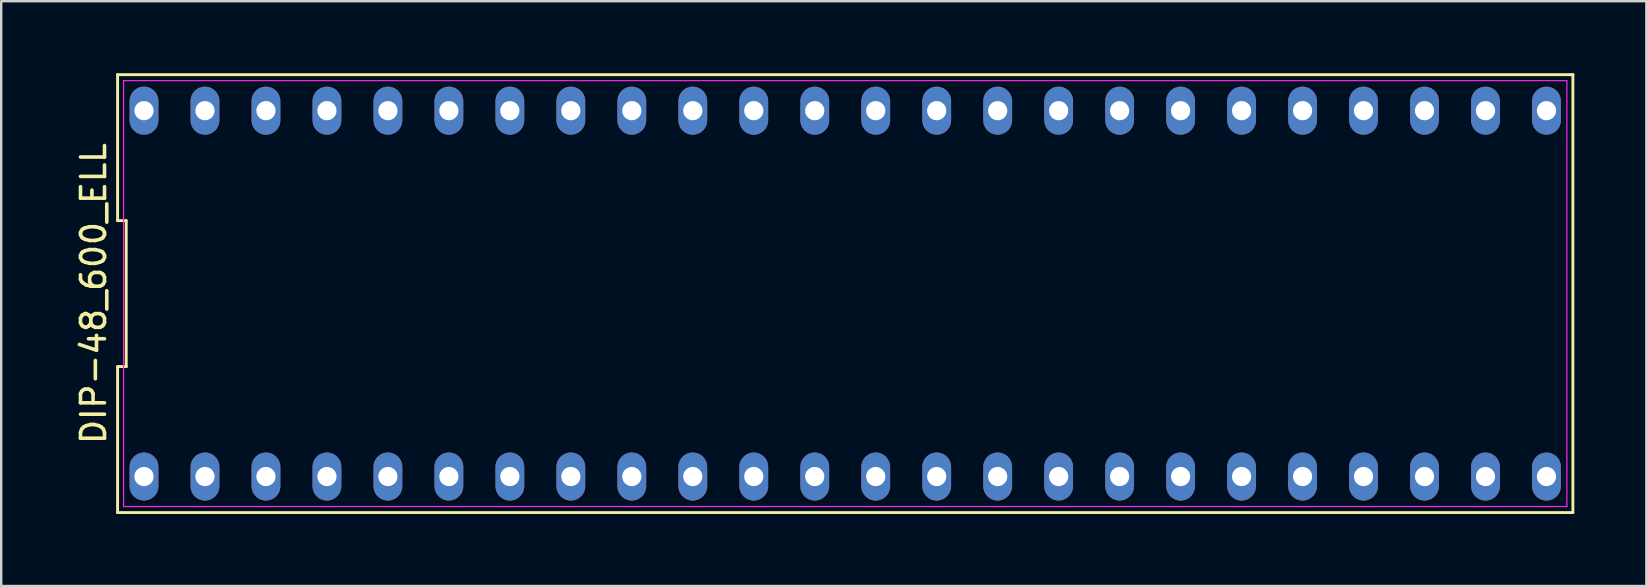
<source format=kicad_pcb>
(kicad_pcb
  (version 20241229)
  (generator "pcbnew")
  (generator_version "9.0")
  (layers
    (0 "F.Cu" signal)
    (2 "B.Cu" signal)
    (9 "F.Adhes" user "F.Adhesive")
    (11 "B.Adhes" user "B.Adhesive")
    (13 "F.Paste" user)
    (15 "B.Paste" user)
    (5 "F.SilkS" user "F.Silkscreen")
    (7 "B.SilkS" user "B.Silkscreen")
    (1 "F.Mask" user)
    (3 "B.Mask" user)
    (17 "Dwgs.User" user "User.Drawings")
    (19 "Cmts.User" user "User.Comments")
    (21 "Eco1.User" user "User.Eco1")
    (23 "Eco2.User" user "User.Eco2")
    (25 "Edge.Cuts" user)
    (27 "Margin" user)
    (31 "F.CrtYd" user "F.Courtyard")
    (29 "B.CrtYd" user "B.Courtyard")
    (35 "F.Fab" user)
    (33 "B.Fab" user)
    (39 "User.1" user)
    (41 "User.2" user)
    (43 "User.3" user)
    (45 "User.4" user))
  (footprint "DIP-48_600_ELL"
    (layer "F.Cu")
    (at 32.158 9.18)
    (property "Reference" "DIP-48_600_ELL" (at -31.31 0 90) (layer "F.SilkS") (effects (font (size 1 1) (thickness 0.15))))
    (attr through_hole)
    (fp_line (start -30.31 -9.12) (end -30.31 -3.04) (stroke (width 0.12) (type solid)) (layer "F.SilkS"))
    (fp_line (start -30.31 -3.04) (end -29.95 -3.04) (stroke (width 0.12) (type solid)) (layer "F.SilkS"))
    (fp_line (start -30.31 3.04) (end -30.31 9.12) (stroke (width 0.12) (type solid)) (layer "F.SilkS"))
    (fp_line (start -30.31 9.12) (end 30.31 9.12) (stroke (width 0.12) (type solid)) (layer "F.SilkS"))
    (fp_line (start -29.95 -3.04) (end -29.95 3.04) (stroke (width 0.12) (type solid)) (layer "F.SilkS"))
    (fp_line (start -29.95 3.04) (end -30.31 3.04) (stroke (width 0.12) (type solid)) (layer "F.SilkS"))
    (fp_line (start 30.31 -9.12) (end -30.31 -9.12) (stroke (width 0.12) (type solid)) (layer "F.SilkS"))
    (fp_line (start 30.31 9.12) (end 30.31 -9.12) (stroke (width 0.12) (type solid)) (layer "F.SilkS"))
    (fp_line (start -30.06 -8.87) (end 30.06 -8.87) (stroke (width 0.05) (type solid)) (layer "F.CrtYd"))
    (fp_line (start -30.06 8.87) (end -30.06 -8.87) (stroke (width 0.05) (type solid)) (layer "F.CrtYd"))
    (fp_line (start 30.06 -8.87) (end 30.06 8.87) (stroke (width 0.05) (type solid)) (layer "F.CrtYd"))
    (fp_line (start 30.06 8.87) (end -30.06 8.87) (stroke (width 0.05) (type solid)) (layer "F.CrtYd"))
    (pad "1" thru_hole oval (at -29.21 7.62) (size 1.2 2) (drill 0.8) (layers "*.Cu" "*.Mask"))
    (pad "2" thru_hole oval (at -26.67 7.62) (size 1.2 2) (drill 0.8) (layers "*.Cu" "*.Mask"))
    (pad "3" thru_hole oval (at -24.13 7.62) (size 1.2 2) (drill 0.8) (layers "*.Cu" "*.Mask"))
    (pad "4" thru_hole oval (at -21.59 7.62) (size 1.2 2) (drill 0.8) (layers "*.Cu" "*.Mask"))
    (pad "5" thru_hole oval (at -19.05 7.62) (size 1.2 2) (drill 0.8) (layers "*.Cu" "*.Mask"))
    (pad "6" thru_hole oval (at -16.51 7.62) (size 1.2 2) (drill 0.8) (layers "*.Cu" "*.Mask"))
    (pad "7" thru_hole oval (at -13.97 7.62) (size 1.2 2) (drill 0.8) (layers "*.Cu" "*.Mask"))
    (pad "8" thru_hole oval (at -11.43 7.62) (size 1.2 2) (drill 0.8) (layers "*.Cu" "*.Mask"))
    (pad "9" thru_hole oval (at -8.89 7.62) (size 1.2 2) (drill 0.8) (layers "*.Cu" "*.Mask"))
    (pad "10" thru_hole oval (at -6.35 7.62) (size 1.2 2) (drill 0.8) (layers "*.Cu" "*.Mask"))
    (pad "11" thru_hole oval (at -3.81 7.62) (size 1.2 2) (drill 0.8) (layers "*.Cu" "*.Mask"))
    (pad "12" thru_hole oval (at -1.27 7.62) (size 1.2 2) (drill 0.8) (layers "*.Cu" "*.Mask"))
    (pad "13" thru_hole oval (at 1.27 7.62) (size 1.2 2) (drill 0.8) (layers "*.Cu" "*.Mask"))
    (pad "14" thru_hole oval (at 3.81 7.62) (size 1.2 2) (drill 0.8) (layers "*.Cu" "*.Mask"))
    (pad "15" thru_hole oval (at 6.35 7.62) (size 1.2 2) (drill 0.8) (layers "*.Cu" "*.Mask"))
    (pad "16" thru_hole oval (at 8.89 7.62) (size 1.2 2) (drill 0.8) (layers "*.Cu" "*.Mask"))
    (pad "17" thru_hole oval (at 11.43 7.62) (size 1.2 2) (drill 0.8) (layers "*.Cu" "*.Mask"))
    (pad "18" thru_hole oval (at 13.97 7.62) (size 1.2 2) (drill 0.8) (layers "*.Cu" "*.Mask"))
    (pad "19" thru_hole oval (at 16.51 7.62) (size 1.2 2) (drill 0.8) (layers "*.Cu" "*.Mask"))
    (pad "20" thru_hole oval (at 19.05 7.62) (size 1.2 2) (drill 0.8) (layers "*.Cu" "*.Mask"))
    (pad "21" thru_hole oval (at 21.59 7.62) (size 1.2 2) (drill 0.8) (layers "*.Cu" "*.Mask"))
    (pad "22" thru_hole oval (at 24.13 7.62) (size 1.2 2) (drill 0.8) (layers "*.Cu" "*.Mask"))
    (pad "23" thru_hole oval (at 26.67 7.62) (size 1.2 2) (drill 0.8) (layers "*.Cu" "*.Mask"))
    (pad "24" thru_hole oval (at 29.21 7.62) (size 1.2 2) (drill 0.8) (layers "*.Cu" "*.Mask"))
    (pad "25" thru_hole oval (at 29.21 -7.62) (size 1.2 2) (drill 0.8) (layers "*.Cu" "*.Mask"))
    (pad "26" thru_hole oval (at 26.67 -7.62) (size 1.2 2) (drill 0.8) (layers "*.Cu" "*.Mask"))
    (pad "27" thru_hole oval (at 24.13 -7.62) (size 1.2 2) (drill 0.8) (layers "*.Cu" "*.Mask"))
    (pad "28" thru_hole oval (at 21.59 -7.62) (size 1.2 2) (drill 0.8) (layers "*.Cu" "*.Mask"))
    (pad "29" thru_hole oval (at 19.05 -7.62) (size 1.2 2) (drill 0.8) (layers "*.Cu" "*.Mask"))
    (pad "30" thru_hole oval (at 16.51 -7.62) (size 1.2 2) (drill 0.8) (layers "*.Cu" "*.Mask"))
    (pad "31" thru_hole oval (at 13.97 -7.62) (size 1.2 2) (drill 0.8) (layers "*.Cu" "*.Mask"))
    (pad "32" thru_hole oval (at 11.43 -7.62) (size 1.2 2) (drill 0.8) (layers "*.Cu" "*.Mask"))
    (pad "33" thru_hole oval (at 8.89 -7.62) (size 1.2 2) (drill 0.8) (layers "*.Cu" "*.Mask"))
    (pad "34" thru_hole oval (at 6.35 -7.62) (size 1.2 2) (drill 0.8) (layers "*.Cu" "*.Mask"))
    (pad "35" thru_hole oval (at 3.81 -7.62) (size 1.2 2) (drill 0.8) (layers "*.Cu" "*.Mask"))
    (pad "36" thru_hole oval (at 1.27 -7.62) (size 1.2 2) (drill 0.8) (layers "*.Cu" "*.Mask"))
    (pad "37" thru_hole oval (at -1.27 -7.62) (size 1.2 2) (drill 0.8) (layers "*.Cu" "*.Mask"))
    (pad "38" thru_hole oval (at -3.81 -7.62) (size 1.2 2) (drill 0.8) (layers "*.Cu" "*.Mask"))
    (pad "39" thru_hole oval (at -6.35 -7.62) (size 1.2 2) (drill 0.8) (layers "*.Cu" "*.Mask"))
    (pad "40" thru_hole oval (at -8.89 -7.62) (size 1.2 2) (drill 0.8) (layers "*.Cu" "*.Mask"))
    (pad "41" thru_hole oval (at -11.43 -7.62) (size 1.2 2) (drill 0.8) (layers "*.Cu" "*.Mask"))
    (pad "42" thru_hole oval (at -13.97 -7.62) (size 1.2 2) (drill 0.8) (layers "*.Cu" "*.Mask"))
    (pad "43" thru_hole oval (at -16.51 -7.62) (size 1.2 2) (drill 0.8) (layers "*.Cu" "*.Mask"))
    (pad "44" thru_hole oval (at -19.05 -7.62) (size 1.2 2) (drill 0.8) (layers "*.Cu" "*.Mask"))
    (pad "45" thru_hole oval (at -21.59 -7.62) (size 1.2 2) (drill 0.8) (layers "*.Cu" "*.Mask"))
    (pad "46" thru_hole oval (at -24.13 -7.62) (size 1.2 2) (drill 0.8) (layers "*.Cu" "*.Mask"))
    (pad "47" thru_hole oval (at -26.67 -7.62) (size 1.2 2) (drill 0.8) (layers "*.Cu" "*.Mask"))
    (pad "48" thru_hole oval (at -29.21 -7.62) (size 1.2 2) (drill 0.8) (layers "*.Cu" "*.Mask")))
  (gr_rect
    (start -3 -3)
    (end 65.528 21.36)
    (stroke (width 0.1) (type default))
    (fill no)
    (layer "Edge.Cuts")))
</source>
